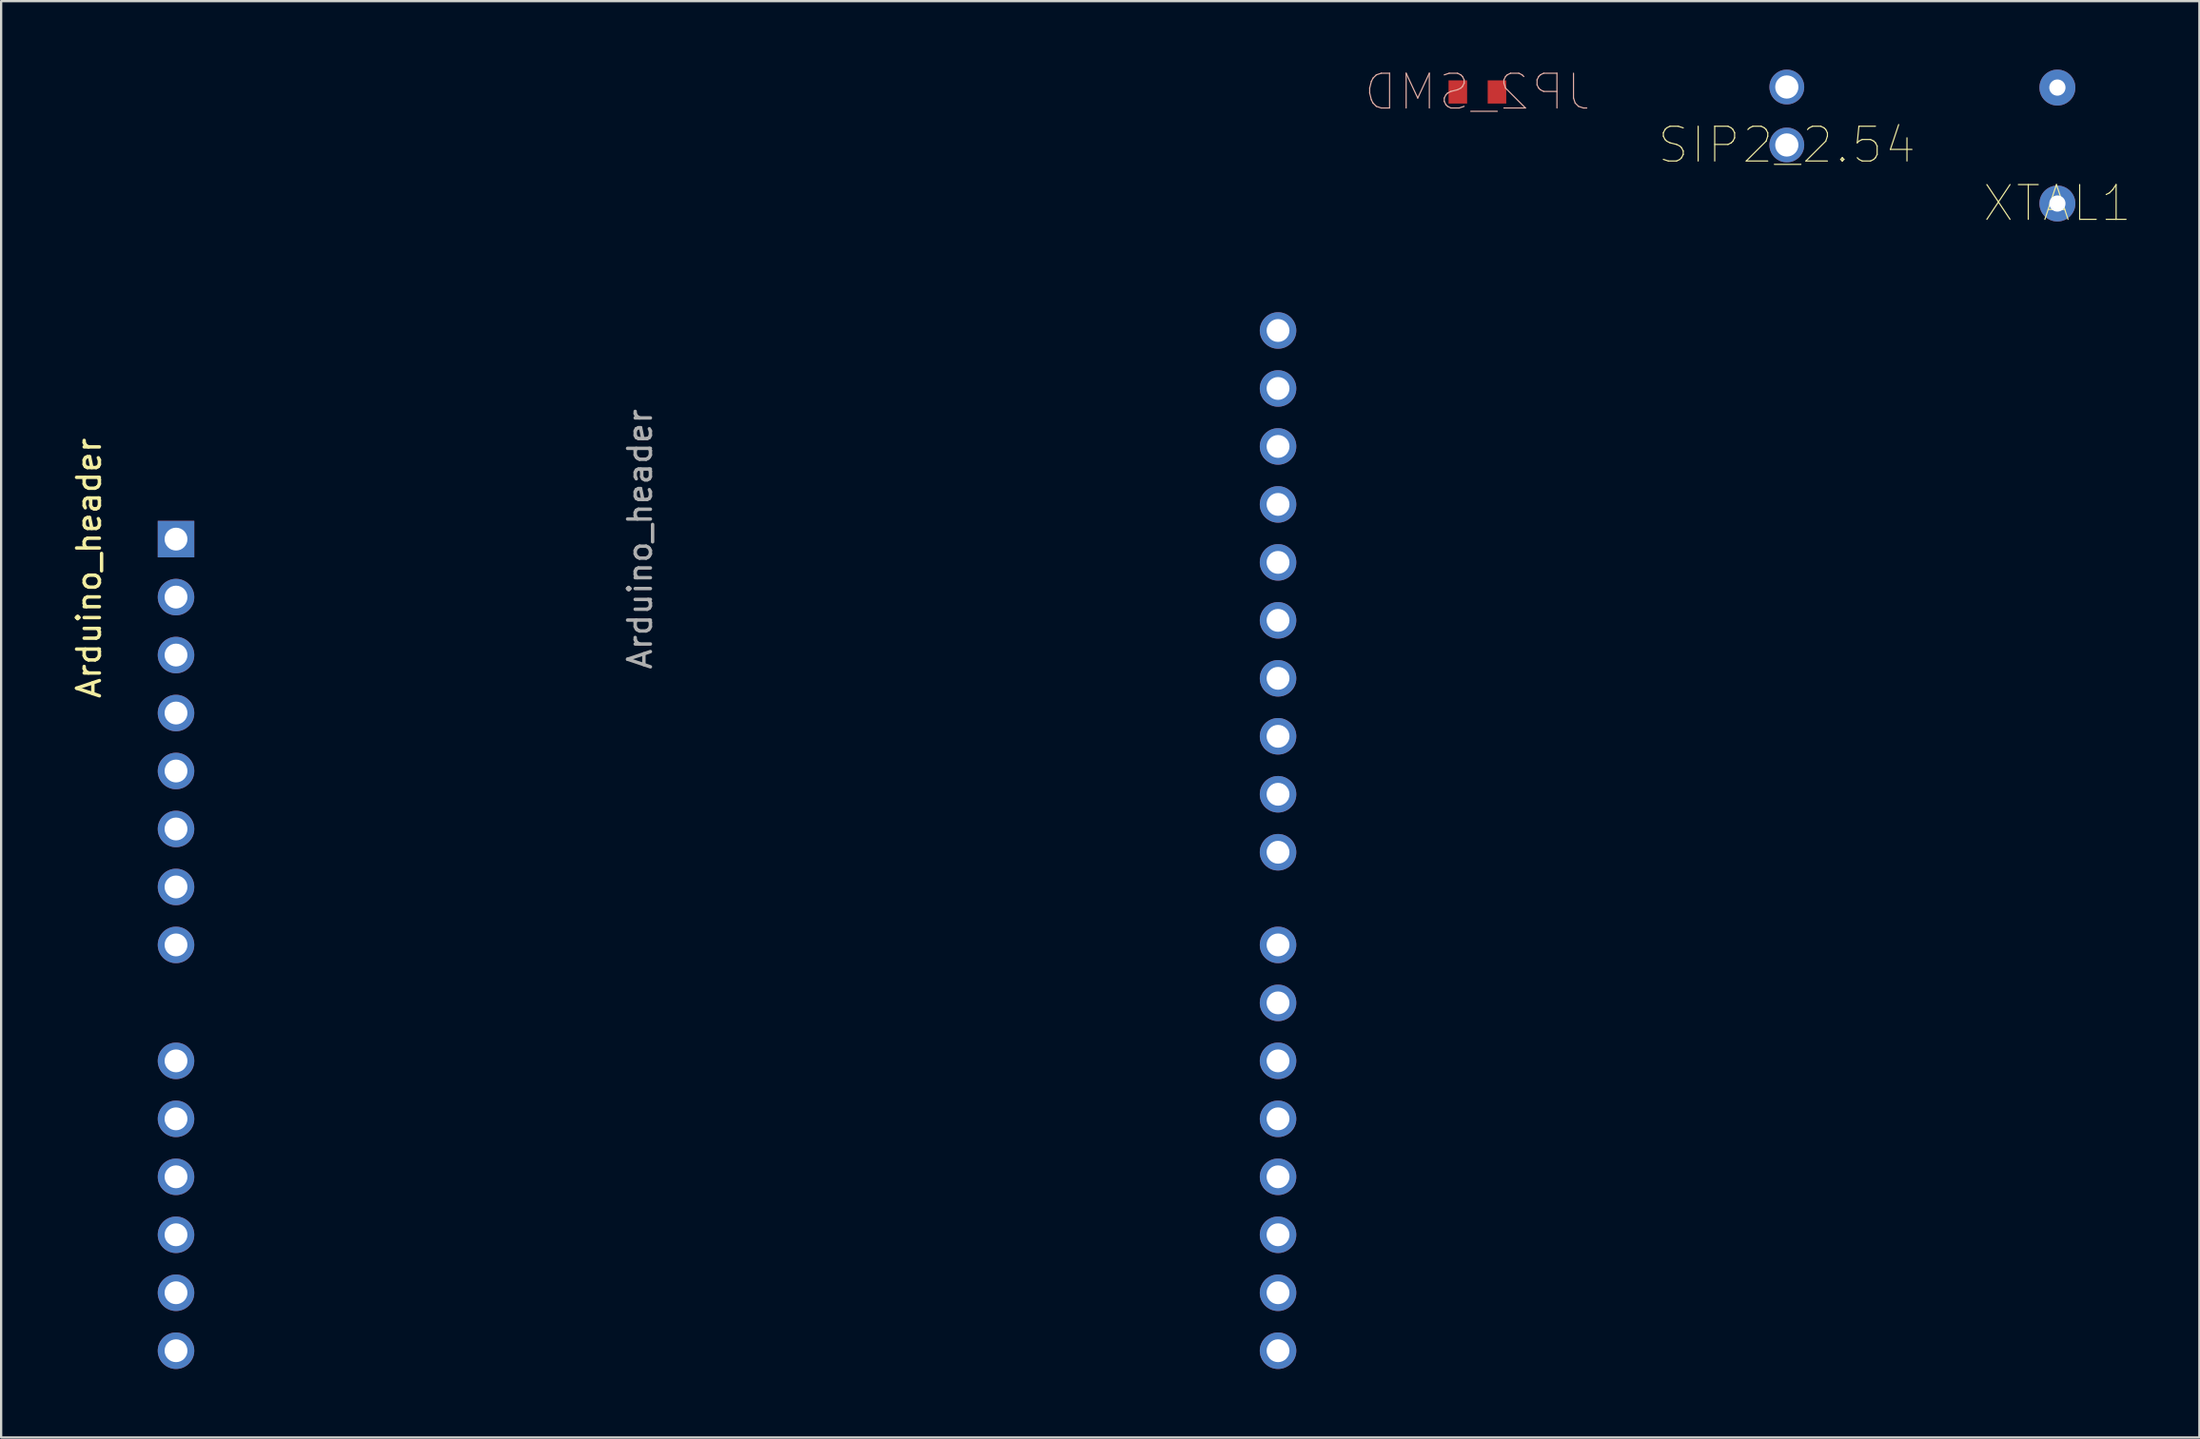
<source format=kicad_pcb>
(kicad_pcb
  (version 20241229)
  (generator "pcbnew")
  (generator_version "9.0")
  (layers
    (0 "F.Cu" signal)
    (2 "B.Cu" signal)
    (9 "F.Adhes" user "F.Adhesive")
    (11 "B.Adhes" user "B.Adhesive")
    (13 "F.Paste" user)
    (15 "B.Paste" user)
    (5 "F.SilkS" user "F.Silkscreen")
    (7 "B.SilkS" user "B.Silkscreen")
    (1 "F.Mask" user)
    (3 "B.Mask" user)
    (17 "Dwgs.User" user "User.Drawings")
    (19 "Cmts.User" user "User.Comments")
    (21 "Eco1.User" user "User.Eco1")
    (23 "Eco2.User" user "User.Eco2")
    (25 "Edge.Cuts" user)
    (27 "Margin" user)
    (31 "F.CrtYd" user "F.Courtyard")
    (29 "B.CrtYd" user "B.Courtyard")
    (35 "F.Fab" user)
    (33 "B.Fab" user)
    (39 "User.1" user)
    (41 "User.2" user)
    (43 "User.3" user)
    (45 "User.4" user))
  (footprint "JP2_SMD"
    (layer "F.Cu")
    (at 61.648 0.979)
    (property "Reference" "JP2_SMD" (at 0 0 0) (layer "B.SilkS") (effects (font (size 1.524 1.524) (thickness 0.05)) (justify mirror)))
    (attr smd)
    (pad "1" smd rect (at -0.857 0 180) (size 0.813 1.016) (layers "F.Cu"))
    (pad "2" smd rect (at 0.857 0 180) (size 0.813 1.016) (layers "F.Cu")))
  (footprint "SIP2_2.54"
    (layer "F.Cu")
    (at 75.198 3.302)
    (property "Reference" "SIP2_2.54" (at 0 0 0) (layer "F.SilkS") (effects (font (size 1.524 1.524) (thickness 0.05))))
    (attr smd)
    (pad "1" thru_hole circle (at 0 0 90) (size 1.524 1.524) (drill 1.016) (layers "*.Cu"))
    (pad "2" thru_hole circle (at 0 -2.54 90) (size 1.524 1.524) (drill 1.016) (layers "*.Cu")))
  (footprint "Arduino_header"
    (layer "F.Cu")
    (at 24.978 0.25)
    (property "Reference" "Arduino_header" (at -24.13 21.59 90) (layer "F.SilkS") (effects (font (size 1 1) (thickness 0.15))))
    (attr through_hole)
    (fp_text user "${REFERENCE}" (at 0 20.32 90) (layer "F.Fab") (effects (font (size 1 1) (thickness 0.15))))
    (pad "1" thru_hole rect (at -20.32 20.32) (size 1.6 1.6) (drill 1) (layers "*.Cu" "*.Mask"))
    (pad "2" thru_hole oval (at -20.32 22.86) (size 1.6 1.6) (drill 1) (layers "*.Cu" "*.Mask"))
    (pad "3" thru_hole oval (at -20.32 25.4) (size 1.6 1.6) (drill 1) (layers "*.Cu" "*.Mask"))
    (pad "4" thru_hole oval (at -20.32 27.94) (size 1.6 1.6) (drill 1) (layers "*.Cu" "*.Mask"))
    (pad "5" thru_hole oval (at -20.32 30.48) (size 1.6 1.6) (drill 1) (layers "*.Cu" "*.Mask"))
    (pad "6" thru_hole oval (at -20.32 33.02) (size 1.6 1.6) (drill 1) (layers "*.Cu" "*.Mask"))
    (pad "7" thru_hole oval (at -20.32 35.56) (size 1.6 1.6) (drill 1) (layers "*.Cu" "*.Mask"))
    (pad "8" thru_hole oval (at -20.32 38.1) (size 1.6 1.6) (drill 1) (layers "*.Cu" "*.Mask"))
    (pad "9" thru_hole oval (at -20.32 43.18) (size 1.6 1.6) (drill 1) (layers "*.Cu" "*.Mask"))
    (pad "10" thru_hole oval (at -20.32 45.72) (size 1.6 1.6) (drill 1) (layers "*.Cu" "*.Mask"))
    (pad "11" thru_hole oval (at -20.32 48.26) (size 1.6 1.6) (drill 1) (layers "*.Cu" "*.Mask"))
    (pad "12" thru_hole oval (at -20.32 50.8) (size 1.6 1.6) (drill 1) (layers "*.Cu" "*.Mask"))
    (pad "13" thru_hole oval (at -20.32 53.34) (size 1.6 1.6) (drill 1) (layers "*.Cu" "*.Mask"))
    (pad "14" thru_hole oval (at -20.32 55.88) (size 1.6 1.6) (drill 1) (layers "*.Cu" "*.Mask"))
    (pad "15" thru_hole oval (at 27.94 55.88) (size 1.6 1.6) (drill 1) (layers "*.Cu" "*.Mask"))
    (pad "16" thru_hole oval (at 27.94 53.34) (size 1.6 1.6) (drill 1) (layers "*.Cu" "*.Mask"))
    (pad "17" thru_hole oval (at 27.94 50.8) (size 1.6 1.6) (drill 1) (layers "*.Cu" "*.Mask"))
    (pad "18" thru_hole oval (at 27.94 48.26) (size 1.6 1.6) (drill 1) (layers "*.Cu" "*.Mask"))
    (pad "19" thru_hole oval (at 27.94 45.72) (size 1.6 1.6) (drill 1) (layers "*.Cu" "*.Mask"))
    (pad "20" thru_hole oval (at 27.94 43.18) (size 1.6 1.6) (drill 1) (layers "*.Cu" "*.Mask"))
    (pad "21" thru_hole oval (at 27.94 40.64) (size 1.6 1.6) (drill 1) (layers "*.Cu" "*.Mask"))
    (pad "22" thru_hole oval (at 27.94 38.1) (size 1.6 1.6) (drill 1) (layers "*.Cu" "*.Mask"))
    (pad "23" thru_hole oval (at 27.94 34.04) (size 1.6 1.6) (drill 1) (layers "*.Cu" "*.Mask"))
    (pad "24" thru_hole oval (at 27.94 31.5) (size 1.6 1.6) (drill 1) (layers "*.Cu" "*.Mask"))
    (pad "25" thru_hole oval (at 27.94 28.96) (size 1.6 1.6) (drill 1) (layers "*.Cu" "*.Mask"))
    (pad "26" thru_hole oval (at 27.94 26.42) (size 1.6 1.6) (drill 1) (layers "*.Cu" "*.Mask"))
    (pad "27" thru_hole oval (at 27.94 23.88) (size 1.6 1.6) (drill 1) (layers "*.Cu" "*.Mask"))
    (pad "28" thru_hole oval (at 27.94 21.34) (size 1.6 1.6) (drill 1) (layers "*.Cu" "*.Mask"))
    (pad "29" thru_hole oval (at 27.94 18.8) (size 1.6 1.6) (drill 1) (layers "*.Cu" "*.Mask"))
    (pad "30" thru_hole oval (at 27.94 16.26) (size 1.6 1.6) (drill 1) (layers "*.Cu" "*.Mask"))
    (pad "31" thru_hole oval (at 27.94 13.72) (size 1.6 1.6) (drill 1) (layers "*.Cu" "*.Mask"))
    (pad "32" thru_hole oval (at 27.94 11.18) (size 1.6 1.6) (drill 1) (layers "*.Cu" "*.Mask")))
  (footprint "XTAL1"
    (layer "F.Cu")
    (at 87.042 5.858)
    (property "Reference" "XTAL1" (at 0 0 0) (layer "F.SilkS") (effects (font (size 1.524 1.524) (thickness 0.05))))
    (attr smd)
    (pad "1" thru_hole circle (at 0.005 0.009 90) (size 1.575 1.575) (drill 0.711) (layers "*.Cu"))
    (pad "2" thru_hole circle (at 0.005 -5.071 90) (size 1.575 1.575) (drill 0.711) (layers "*.Cu")))
  (gr_rect
    (start -3 -3)
    (end 93.266 59.93)
    (stroke (width 0.1) (type default))
    (fill no)
    (layer "Edge.Cuts")))
</source>
